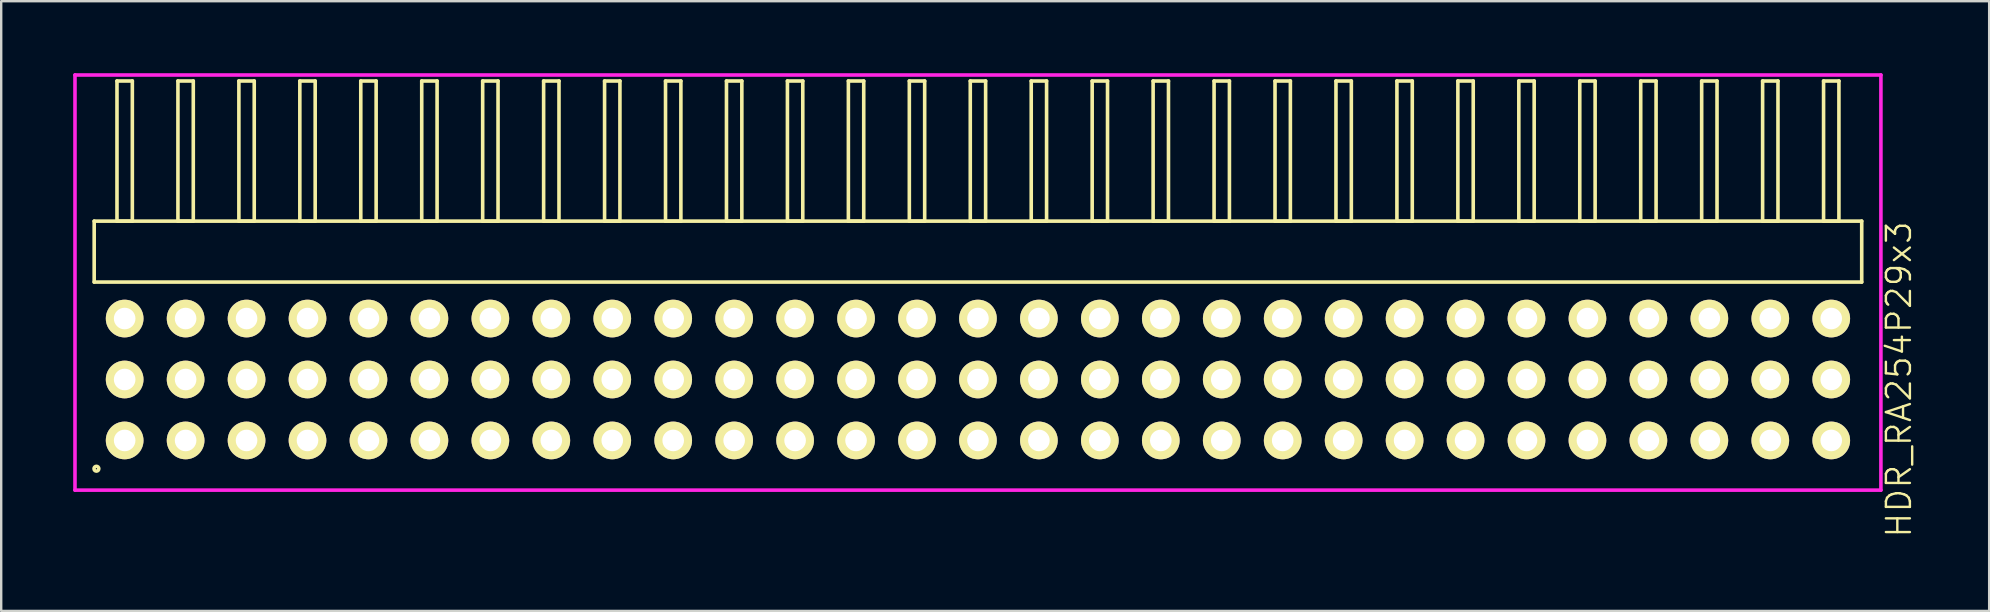
<source format=kicad_pcb>
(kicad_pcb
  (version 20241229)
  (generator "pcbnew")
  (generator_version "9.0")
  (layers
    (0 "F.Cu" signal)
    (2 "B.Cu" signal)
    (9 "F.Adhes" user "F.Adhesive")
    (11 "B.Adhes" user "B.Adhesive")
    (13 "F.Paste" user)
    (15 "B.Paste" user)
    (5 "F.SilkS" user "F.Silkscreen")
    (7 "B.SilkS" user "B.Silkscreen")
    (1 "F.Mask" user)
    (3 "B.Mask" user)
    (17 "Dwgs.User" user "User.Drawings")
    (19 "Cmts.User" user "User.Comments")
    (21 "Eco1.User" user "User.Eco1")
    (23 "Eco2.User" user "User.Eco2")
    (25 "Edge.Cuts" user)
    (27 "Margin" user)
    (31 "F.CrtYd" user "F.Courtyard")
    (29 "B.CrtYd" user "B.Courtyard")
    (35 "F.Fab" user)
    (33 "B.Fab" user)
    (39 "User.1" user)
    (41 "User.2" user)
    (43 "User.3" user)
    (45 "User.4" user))
  (footprint "HDR_RA254P29x3"
    (layer "F.Cu")
    (at 37.705 12.765)
    (property "Reference" "HDR_RA254P29x3" (at 38.38 0 90) (layer "F.SilkS") (effects (font (size 1 1) (thickness 0.1))))
    (attr through_hole)
    (fp_line (start -36.83 -6.6) (end -36.83 -4.06) (stroke (width 0.15) (type solid)) (layer "F.SilkS"))
    (fp_line (start -36.83 -4.06) (end 36.83 -4.06) (stroke (width 0.15) (type solid)) (layer "F.SilkS"))
    (fp_line (start -35.88 -12.44) (end -35.88 -6.6) (stroke (width 0.15) (type solid)) (layer "F.SilkS"))
    (fp_line (start -35.88 -6.6) (end -35.24 -6.6) (stroke (width 0.15) (type solid)) (layer "F.SilkS"))
    (fp_line (start -35.24 -12.44) (end -35.88 -12.44) (stroke (width 0.15) (type solid)) (layer "F.SilkS"))
    (fp_line (start -35.24 -6.6) (end -35.24 -12.44) (stroke (width 0.15) (type solid)) (layer "F.SilkS"))
    (fp_line (start -33.34 -12.44) (end -33.34 -6.6) (stroke (width 0.15) (type solid)) (layer "F.SilkS"))
    (fp_line (start -33.34 -6.6) (end -32.7 -6.6) (stroke (width 0.15) (type solid)) (layer "F.SilkS"))
    (fp_line (start -32.7 -12.44) (end -33.34 -12.44) (stroke (width 0.15) (type solid)) (layer "F.SilkS"))
    (fp_line (start -32.7 -6.6) (end -32.7 -12.44) (stroke (width 0.15) (type solid)) (layer "F.SilkS"))
    (fp_line (start -30.8 -12.44) (end -30.8 -6.6) (stroke (width 0.15) (type solid)) (layer "F.SilkS"))
    (fp_line (start -30.8 -6.6) (end -30.16 -6.6) (stroke (width 0.15) (type solid)) (layer "F.SilkS"))
    (fp_line (start -30.16 -12.44) (end -30.8 -12.44) (stroke (width 0.15) (type solid)) (layer "F.SilkS"))
    (fp_line (start -30.16 -6.6) (end -30.16 -12.44) (stroke (width 0.15) (type solid)) (layer "F.SilkS"))
    (fp_line (start -28.26 -12.44) (end -28.26 -6.6) (stroke (width 0.15) (type solid)) (layer "F.SilkS"))
    (fp_line (start -28.26 -6.6) (end -27.62 -6.6) (stroke (width 0.15) (type solid)) (layer "F.SilkS"))
    (fp_line (start -27.62 -12.44) (end -28.26 -12.44) (stroke (width 0.15) (type solid)) (layer "F.SilkS"))
    (fp_line (start -27.62 -6.6) (end -27.62 -12.44) (stroke (width 0.15) (type solid)) (layer "F.SilkS"))
    (fp_line (start -25.72 -12.44) (end -25.72 -6.6) (stroke (width 0.15) (type solid)) (layer "F.SilkS"))
    (fp_line (start -25.72 -6.6) (end -25.08 -6.6) (stroke (width 0.15) (type solid)) (layer "F.SilkS"))
    (fp_line (start -25.08 -12.44) (end -25.72 -12.44) (stroke (width 0.15) (type solid)) (layer "F.SilkS"))
    (fp_line (start -25.08 -6.6) (end -25.08 -12.44) (stroke (width 0.15) (type solid)) (layer "F.SilkS"))
    (fp_line (start -23.18 -12.44) (end -23.18 -6.6) (stroke (width 0.15) (type solid)) (layer "F.SilkS"))
    (fp_line (start -23.18 -6.6) (end -22.54 -6.6) (stroke (width 0.15) (type solid)) (layer "F.SilkS"))
    (fp_line (start -22.54 -12.44) (end -23.18 -12.44) (stroke (width 0.15) (type solid)) (layer "F.SilkS"))
    (fp_line (start -22.54 -6.6) (end -22.54 -12.44) (stroke (width 0.15) (type solid)) (layer "F.SilkS"))
    (fp_line (start -20.64 -12.44) (end -20.64 -6.6) (stroke (width 0.15) (type solid)) (layer "F.SilkS"))
    (fp_line (start -20.64 -6.6) (end -20 -6.6) (stroke (width 0.15) (type solid)) (layer "F.SilkS"))
    (fp_line (start -20 -12.44) (end -20.64 -12.44) (stroke (width 0.15) (type solid)) (layer "F.SilkS"))
    (fp_line (start -20 -6.6) (end -20 -12.44) (stroke (width 0.15) (type solid)) (layer "F.SilkS"))
    (fp_line (start -18.1 -12.44) (end -18.1 -6.6) (stroke (width 0.15) (type solid)) (layer "F.SilkS"))
    (fp_line (start -18.1 -6.6) (end -17.46 -6.6) (stroke (width 0.15) (type solid)) (layer "F.SilkS"))
    (fp_line (start -17.46 -12.44) (end -18.1 -12.44) (stroke (width 0.15) (type solid)) (layer "F.SilkS"))
    (fp_line (start -17.46 -6.6) (end -17.46 -12.44) (stroke (width 0.15) (type solid)) (layer "F.SilkS"))
    (fp_line (start -15.56 -12.44) (end -15.56 -6.6) (stroke (width 0.15) (type solid)) (layer "F.SilkS"))
    (fp_line (start -15.56 -6.6) (end -14.92 -6.6) (stroke (width 0.15) (type solid)) (layer "F.SilkS"))
    (fp_line (start -14.92 -12.44) (end -15.56 -12.44) (stroke (width 0.15) (type solid)) (layer "F.SilkS"))
    (fp_line (start -14.92 -6.6) (end -14.92 -12.44) (stroke (width 0.15) (type solid)) (layer "F.SilkS"))
    (fp_line (start -13.02 -12.44) (end -13.02 -6.6) (stroke (width 0.15) (type solid)) (layer "F.SilkS"))
    (fp_line (start -13.02 -6.6) (end -12.38 -6.6) (stroke (width 0.15) (type solid)) (layer "F.SilkS"))
    (fp_line (start -12.38 -12.44) (end -13.02 -12.44) (stroke (width 0.15) (type solid)) (layer "F.SilkS"))
    (fp_line (start -12.38 -6.6) (end -12.38 -12.44) (stroke (width 0.15) (type solid)) (layer "F.SilkS"))
    (fp_line (start -10.48 -12.44) (end -10.48 -6.6) (stroke (width 0.15) (type solid)) (layer "F.SilkS"))
    (fp_line (start -10.48 -6.6) (end -9.84 -6.6) (stroke (width 0.15) (type solid)) (layer "F.SilkS"))
    (fp_line (start -9.84 -12.44) (end -10.48 -12.44) (stroke (width 0.15) (type solid)) (layer "F.SilkS"))
    (fp_line (start -9.84 -6.6) (end -9.84 -12.44) (stroke (width 0.15) (type solid)) (layer "F.SilkS"))
    (fp_line (start -7.94 -12.44) (end -7.94 -6.6) (stroke (width 0.15) (type solid)) (layer "F.SilkS"))
    (fp_line (start -7.94 -6.6) (end -7.3 -6.6) (stroke (width 0.15) (type solid)) (layer "F.SilkS"))
    (fp_line (start -7.3 -12.44) (end -7.94 -12.44) (stroke (width 0.15) (type solid)) (layer "F.SilkS"))
    (fp_line (start -7.3 -6.6) (end -7.3 -12.44) (stroke (width 0.15) (type solid)) (layer "F.SilkS"))
    (fp_line (start -5.4 -12.44) (end -5.4 -6.6) (stroke (width 0.15) (type solid)) (layer "F.SilkS"))
    (fp_line (start -5.4 -6.6) (end -4.76 -6.6) (stroke (width 0.15) (type solid)) (layer "F.SilkS"))
    (fp_line (start -4.76 -12.44) (end -5.4 -12.44) (stroke (width 0.15) (type solid)) (layer "F.SilkS"))
    (fp_line (start -4.76 -6.6) (end -4.76 -12.44) (stroke (width 0.15) (type solid)) (layer "F.SilkS"))
    (fp_line (start -2.86 -12.44) (end -2.86 -6.6) (stroke (width 0.15) (type solid)) (layer "F.SilkS"))
    (fp_line (start -2.86 -6.6) (end -2.22 -6.6) (stroke (width 0.15) (type solid)) (layer "F.SilkS"))
    (fp_line (start -2.22 -12.44) (end -2.86 -12.44) (stroke (width 0.15) (type solid)) (layer "F.SilkS"))
    (fp_line (start -2.22 -6.6) (end -2.22 -12.44) (stroke (width 0.15) (type solid)) (layer "F.SilkS"))
    (fp_line (start -0.32 -12.44) (end -0.32 -6.6) (stroke (width 0.15) (type solid)) (layer "F.SilkS"))
    (fp_line (start -0.32 -6.6) (end 0.32 -6.6) (stroke (width 0.15) (type solid)) (layer "F.SilkS"))
    (fp_line (start 0.32 -12.44) (end -0.32 -12.44) (stroke (width 0.15) (type solid)) (layer "F.SilkS"))
    (fp_line (start 0.32 -6.6) (end 0.32 -12.44) (stroke (width 0.15) (type solid)) (layer "F.SilkS"))
    (fp_line (start 2.22 -12.44) (end 2.22 -6.6) (stroke (width 0.15) (type solid)) (layer "F.SilkS"))
    (fp_line (start 2.22 -6.6) (end 2.86 -6.6) (stroke (width 0.15) (type solid)) (layer "F.SilkS"))
    (fp_line (start 2.86 -12.44) (end 2.22 -12.44) (stroke (width 0.15) (type solid)) (layer "F.SilkS"))
    (fp_line (start 2.86 -6.6) (end 2.86 -12.44) (stroke (width 0.15) (type solid)) (layer "F.SilkS"))
    (fp_line (start 4.76 -12.44) (end 4.76 -6.6) (stroke (width 0.15) (type solid)) (layer "F.SilkS"))
    (fp_line (start 4.76 -6.6) (end 5.4 -6.6) (stroke (width 0.15) (type solid)) (layer "F.SilkS"))
    (fp_line (start 5.4 -12.44) (end 4.76 -12.44) (stroke (width 0.15) (type solid)) (layer "F.SilkS"))
    (fp_line (start 5.4 -6.6) (end 5.4 -12.44) (stroke (width 0.15) (type solid)) (layer "F.SilkS"))
    (fp_line (start 7.3 -12.44) (end 7.3 -6.6) (stroke (width 0.15) (type solid)) (layer "F.SilkS"))
    (fp_line (start 7.3 -6.6) (end 7.94 -6.6) (stroke (width 0.15) (type solid)) (layer "F.SilkS"))
    (fp_line (start 7.94 -12.44) (end 7.3 -12.44) (stroke (width 0.15) (type solid)) (layer "F.SilkS"))
    (fp_line (start 7.94 -6.6) (end 7.94 -12.44) (stroke (width 0.15) (type solid)) (layer "F.SilkS"))
    (fp_line (start 9.84 -12.44) (end 9.84 -6.6) (stroke (width 0.15) (type solid)) (layer "F.SilkS"))
    (fp_line (start 9.84 -6.6) (end 10.48 -6.6) (stroke (width 0.15) (type solid)) (layer "F.SilkS"))
    (fp_line (start 10.48 -12.44) (end 9.84 -12.44) (stroke (width 0.15) (type solid)) (layer "F.SilkS"))
    (fp_line (start 10.48 -6.6) (end 10.48 -12.44) (stroke (width 0.15) (type solid)) (layer "F.SilkS"))
    (fp_line (start 12.38 -12.44) (end 12.38 -6.6) (stroke (width 0.15) (type solid)) (layer "F.SilkS"))
    (fp_line (start 12.38 -6.6) (end 13.02 -6.6) (stroke (width 0.15) (type solid)) (layer "F.SilkS"))
    (fp_line (start 13.02 -12.44) (end 12.38 -12.44) (stroke (width 0.15) (type solid)) (layer "F.SilkS"))
    (fp_line (start 13.02 -6.6) (end 13.02 -12.44) (stroke (width 0.15) (type solid)) (layer "F.SilkS"))
    (fp_line (start 14.92 -12.44) (end 14.92 -6.6) (stroke (width 0.15) (type solid)) (layer "F.SilkS"))
    (fp_line (start 14.92 -6.6) (end 15.56 -6.6) (stroke (width 0.15) (type solid)) (layer "F.SilkS"))
    (fp_line (start 15.56 -12.44) (end 14.92 -12.44) (stroke (width 0.15) (type solid)) (layer "F.SilkS"))
    (fp_line (start 15.56 -6.6) (end 15.56 -12.44) (stroke (width 0.15) (type solid)) (layer "F.SilkS"))
    (fp_line (start 17.46 -12.44) (end 17.46 -6.6) (stroke (width 0.15) (type solid)) (layer "F.SilkS"))
    (fp_line (start 17.46 -6.6) (end 18.1 -6.6) (stroke (width 0.15) (type solid)) (layer "F.SilkS"))
    (fp_line (start 18.1 -12.44) (end 17.46 -12.44) (stroke (width 0.15) (type solid)) (layer "F.SilkS"))
    (fp_line (start 18.1 -6.6) (end 18.1 -12.44) (stroke (width 0.15) (type solid)) (layer "F.SilkS"))
    (fp_line (start 20 -12.44) (end 20 -6.6) (stroke (width 0.15) (type solid)) (layer "F.SilkS"))
    (fp_line (start 20 -6.6) (end 20.64 -6.6) (stroke (width 0.15) (type solid)) (layer "F.SilkS"))
    (fp_line (start 20.64 -12.44) (end 20 -12.44) (stroke (width 0.15) (type solid)) (layer "F.SilkS"))
    (fp_line (start 20.64 -6.6) (end 20.64 -12.44) (stroke (width 0.15) (type solid)) (layer "F.SilkS"))
    (fp_line (start 22.54 -12.44) (end 22.54 -6.6) (stroke (width 0.15) (type solid)) (layer "F.SilkS"))
    (fp_line (start 22.54 -6.6) (end 23.18 -6.6) (stroke (width 0.15) (type solid)) (layer "F.SilkS"))
    (fp_line (start 23.18 -12.44) (end 22.54 -12.44) (stroke (width 0.15) (type solid)) (layer "F.SilkS"))
    (fp_line (start 23.18 -6.6) (end 23.18 -12.44) (stroke (width 0.15) (type solid)) (layer "F.SilkS"))
    (fp_line (start 25.08 -12.44) (end 25.08 -6.6) (stroke (width 0.15) (type solid)) (layer "F.SilkS"))
    (fp_line (start 25.08 -6.6) (end 25.72 -6.6) (stroke (width 0.15) (type solid)) (layer "F.SilkS"))
    (fp_line (start 25.72 -12.44) (end 25.08 -12.44) (stroke (width 0.15) (type solid)) (layer "F.SilkS"))
    (fp_line (start 25.72 -6.6) (end 25.72 -12.44) (stroke (width 0.15) (type solid)) (layer "F.SilkS"))
    (fp_line (start 27.62 -12.44) (end 27.62 -6.6) (stroke (width 0.15) (type solid)) (layer "F.SilkS"))
    (fp_line (start 27.62 -6.6) (end 28.26 -6.6) (stroke (width 0.15) (type solid)) (layer "F.SilkS"))
    (fp_line (start 28.26 -12.44) (end 27.62 -12.44) (stroke (width 0.15) (type solid)) (layer "F.SilkS"))
    (fp_line (start 28.26 -6.6) (end 28.26 -12.44) (stroke (width 0.15) (type solid)) (layer "F.SilkS"))
    (fp_line (start 30.16 -12.44) (end 30.16 -6.6) (stroke (width 0.15) (type solid)) (layer "F.SilkS"))
    (fp_line (start 30.16 -6.6) (end 30.8 -6.6) (stroke (width 0.15) (type solid)) (layer "F.SilkS"))
    (fp_line (start 30.8 -12.44) (end 30.16 -12.44) (stroke (width 0.15) (type solid)) (layer "F.SilkS"))
    (fp_line (start 30.8 -6.6) (end 30.8 -12.44) (stroke (width 0.15) (type solid)) (layer "F.SilkS"))
    (fp_line (start 32.7 -12.44) (end 32.7 -6.6) (stroke (width 0.15) (type solid)) (layer "F.SilkS"))
    (fp_line (start 32.7 -6.6) (end 33.34 -6.6) (stroke (width 0.15) (type solid)) (layer "F.SilkS"))
    (fp_line (start 33.34 -12.44) (end 32.7 -12.44) (stroke (width 0.15) (type solid)) (layer "F.SilkS"))
    (fp_line (start 33.34 -6.6) (end 33.34 -12.44) (stroke (width 0.15) (type solid)) (layer "F.SilkS"))
    (fp_line (start 35.24 -12.44) (end 35.24 -6.6) (stroke (width 0.15) (type solid)) (layer "F.SilkS"))
    (fp_line (start 35.24 -6.6) (end 35.88 -6.6) (stroke (width 0.15) (type solid)) (layer "F.SilkS"))
    (fp_line (start 35.88 -12.44) (end 35.24 -12.44) (stroke (width 0.15) (type solid)) (layer "F.SilkS"))
    (fp_line (start 35.88 -6.6) (end 35.88 -12.44) (stroke (width 0.15) (type solid)) (layer "F.SilkS"))
    (fp_line (start 36.83 -6.6) (end -36.83 -6.6) (stroke (width 0.15) (type solid)) (layer "F.SilkS"))
    (fp_line (start 36.83 -4.06) (end 36.83 -6.6) (stroke (width 0.15) (type solid)) (layer "F.SilkS"))
    (fp_circle (center -36.737 3.718) (end -36.637 3.718) (stroke (width 0.15) (type solid)) (fill no) (layer "F.SilkS"))
    (fp_line (start -37.63 -12.69) (end -37.63 4.61) (stroke (width 0.15) (type solid)) (layer "F.CrtYd"))
    (fp_line (start -37.63 4.61) (end 37.63 4.61) (stroke (width 0.15) (type solid)) (layer "F.CrtYd"))
    (fp_line (start 37.63 -12.69) (end -37.63 -12.69) (stroke (width 0.15) (type solid)) (layer "F.CrtYd"))
    (fp_line (start 37.63 4.61) (end 37.63 -12.69) (stroke (width 0.15) (type solid)) (layer "F.CrtYd"))
    (pad "1" thru_hole oval (at -35.56 2.54) (size 1.57 1.57) (drill 0.9) (layers "*.Cu" "*.Mask" "F.SilkS"))
    (pad "2" thru_hole oval (at -35.56 0) (size 1.57 1.57) (drill 0.9) (layers "*.Cu" "*.Mask" "F.SilkS"))
    (pad "3" thru_hole oval (at -35.56 -2.54) (size 1.57 1.57) (drill 0.9) (layers "*.Cu" "*.Mask" "F.SilkS"))
    (pad "4" thru_hole oval (at -33.02 2.54) (size 1.57 1.57) (drill 0.9) (layers "*.Cu" "*.Mask" "F.SilkS"))
    (pad "5" thru_hole oval (at -33.02 0) (size 1.57 1.57) (drill 0.9) (layers "*.Cu" "*.Mask" "F.SilkS"))
    (pad "6" thru_hole oval (at -33.02 -2.54) (size 1.57 1.57) (drill 0.9) (layers "*.Cu" "*.Mask" "F.SilkS"))
    (pad "7" thru_hole oval (at -30.48 2.54) (size 1.57 1.57) (drill 0.9) (layers "*.Cu" "*.Mask" "F.SilkS"))
    (pad "8" thru_hole oval (at -30.48 0) (size 1.57 1.57) (drill 0.9) (layers "*.Cu" "*.Mask" "F.SilkS"))
    (pad "9" thru_hole oval (at -30.48 -2.54) (size 1.57 1.57) (drill 0.9) (layers "*.Cu" "*.Mask" "F.SilkS"))
    (pad "10" thru_hole oval (at -27.94 2.54) (size 1.57 1.57) (drill 0.9) (layers "*.Cu" "*.Mask" "F.SilkS"))
    (pad "11" thru_hole oval (at -27.94 0) (size 1.57 1.57) (drill 0.9) (layers "*.Cu" "*.Mask" "F.SilkS"))
    (pad "12" thru_hole oval (at -27.94 -2.54) (size 1.57 1.57) (drill 0.9) (layers "*.Cu" "*.Mask" "F.SilkS"))
    (pad "13" thru_hole oval (at -25.4 2.54) (size 1.57 1.57) (drill 0.9) (layers "*.Cu" "*.Mask" "F.SilkS"))
    (pad "14" thru_hole oval (at -25.4 0) (size 1.57 1.57) (drill 0.9) (layers "*.Cu" "*.Mask" "F.SilkS"))
    (pad "15" thru_hole oval (at -25.4 -2.54) (size 1.57 1.57) (drill 0.9) (layers "*.Cu" "*.Mask" "F.SilkS"))
    (pad "16" thru_hole oval (at -22.86 2.54) (size 1.57 1.57) (drill 0.9) (layers "*.Cu" "*.Mask" "F.SilkS"))
    (pad "17" thru_hole oval (at -22.86 0) (size 1.57 1.57) (drill 0.9) (layers "*.Cu" "*.Mask" "F.SilkS"))
    (pad "18" thru_hole oval (at -22.86 -2.54) (size 1.57 1.57) (drill 0.9) (layers "*.Cu" "*.Mask" "F.SilkS"))
    (pad "19" thru_hole oval (at -20.32 2.54) (size 1.57 1.57) (drill 0.9) (layers "*.Cu" "*.Mask" "F.SilkS"))
    (pad "20" thru_hole oval (at -20.32 0) (size 1.57 1.57) (drill 0.9) (layers "*.Cu" "*.Mask" "F.SilkS"))
    (pad "21" thru_hole oval (at -20.32 -2.54) (size 1.57 1.57) (drill 0.9) (layers "*.Cu" "*.Mask" "F.SilkS"))
    (pad "22" thru_hole oval (at -17.78 2.54) (size 1.57 1.57) (drill 0.9) (layers "*.Cu" "*.Mask" "F.SilkS"))
    (pad "23" thru_hole oval (at -17.78 0) (size 1.57 1.57) (drill 0.9) (layers "*.Cu" "*.Mask" "F.SilkS"))
    (pad "24" thru_hole oval (at -17.78 -2.54) (size 1.57 1.57) (drill 0.9) (layers "*.Cu" "*.Mask" "F.SilkS"))
    (pad "25" thru_hole oval (at -15.24 2.54) (size 1.57 1.57) (drill 0.9) (layers "*.Cu" "*.Mask" "F.SilkS"))
    (pad "26" thru_hole oval (at -15.24 0) (size 1.57 1.57) (drill 0.9) (layers "*.Cu" "*.Mask" "F.SilkS"))
    (pad "27" thru_hole oval (at -15.24 -2.54) (size 1.57 1.57) (drill 0.9) (layers "*.Cu" "*.Mask" "F.SilkS"))
    (pad "28" thru_hole oval (at -12.7 2.54) (size 1.57 1.57) (drill 0.9) (layers "*.Cu" "*.Mask" "F.SilkS"))
    (pad "29" thru_hole oval (at -12.7 0) (size 1.57 1.57) (drill 0.9) (layers "*.Cu" "*.Mask" "F.SilkS"))
    (pad "30" thru_hole oval (at -12.7 -2.54) (size 1.57 1.57) (drill 0.9) (layers "*.Cu" "*.Mask" "F.SilkS"))
    (pad "31" thru_hole oval (at -10.16 2.54) (size 1.57 1.57) (drill 0.9) (layers "*.Cu" "*.Mask" "F.SilkS"))
    (pad "32" thru_hole oval (at -10.16 0) (size 1.57 1.57) (drill 0.9) (layers "*.Cu" "*.Mask" "F.SilkS"))
    (pad "33" thru_hole oval (at -10.16 -2.54) (size 1.57 1.57) (drill 0.9) (layers "*.Cu" "*.Mask" "F.SilkS"))
    (pad "34" thru_hole oval (at -7.62 2.54) (size 1.57 1.57) (drill 0.9) (layers "*.Cu" "*.Mask" "F.SilkS"))
    (pad "35" thru_hole oval (at -7.62 0) (size 1.57 1.57) (drill 0.9) (layers "*.Cu" "*.Mask" "F.SilkS"))
    (pad "36" thru_hole oval (at -7.62 -2.54) (size 1.57 1.57) (drill 0.9) (layers "*.Cu" "*.Mask" "F.SilkS"))
    (pad "37" thru_hole oval (at -5.08 2.54) (size 1.57 1.57) (drill 0.9) (layers "*.Cu" "*.Mask" "F.SilkS"))
    (pad "38" thru_hole oval (at -5.08 0) (size 1.57 1.57) (drill 0.9) (layers "*.Cu" "*.Mask" "F.SilkS"))
    (pad "39" thru_hole oval (at -5.08 -2.54) (size 1.57 1.57) (drill 0.9) (layers "*.Cu" "*.Mask" "F.SilkS"))
    (pad "40" thru_hole oval (at -2.54 2.54) (size 1.57 1.57) (drill 0.9) (layers "*.Cu" "*.Mask" "F.SilkS"))
    (pad "41" thru_hole oval (at -2.54 0) (size 1.57 1.57) (drill 0.9) (layers "*.Cu" "*.Mask" "F.SilkS"))
    (pad "42" thru_hole oval (at -2.54 -2.54) (size 1.57 1.57) (drill 0.9) (layers "*.Cu" "*.Mask" "F.SilkS"))
    (pad "43" thru_hole oval (at 0 2.54) (size 1.57 1.57) (drill 0.9) (layers "*.Cu" "*.Mask" "F.SilkS"))
    (pad "44" thru_hole oval (at 0 0) (size 1.57 1.57) (drill 0.9) (layers "*.Cu" "*.Mask" "F.SilkS"))
    (pad "45" thru_hole oval (at 0 -2.54) (size 1.57 1.57) (drill 0.9) (layers "*.Cu" "*.Mask" "F.SilkS"))
    (pad "46" thru_hole oval (at 2.54 2.54) (size 1.57 1.57) (drill 0.9) (layers "*.Cu" "*.Mask" "F.SilkS"))
    (pad "47" thru_hole oval (at 2.54 0) (size 1.57 1.57) (drill 0.9) (layers "*.Cu" "*.Mask" "F.SilkS"))
    (pad "48" thru_hole oval (at 2.54 -2.54) (size 1.57 1.57) (drill 0.9) (layers "*.Cu" "*.Mask" "F.SilkS"))
    (pad "49" thru_hole oval (at 5.08 2.54) (size 1.57 1.57) (drill 0.9) (layers "*.Cu" "*.Mask" "F.SilkS"))
    (pad "50" thru_hole oval (at 5.08 0) (size 1.57 1.57) (drill 0.9) (layers "*.Cu" "*.Mask" "F.SilkS"))
    (pad "51" thru_hole oval (at 5.08 -2.54) (size 1.57 1.57) (drill 0.9) (layers "*.Cu" "*.Mask" "F.SilkS"))
    (pad "52" thru_hole oval (at 7.62 2.54) (size 1.57 1.57) (drill 0.9) (layers "*.Cu" "*.Mask" "F.SilkS"))
    (pad "53" thru_hole oval (at 7.62 0) (size 1.57 1.57) (drill 0.9) (layers "*.Cu" "*.Mask" "F.SilkS"))
    (pad "54" thru_hole oval (at 7.62 -2.54) (size 1.57 1.57) (drill 0.9) (layers "*.Cu" "*.Mask" "F.SilkS"))
    (pad "55" thru_hole oval (at 10.16 2.54) (size 1.57 1.57) (drill 0.9) (layers "*.Cu" "*.Mask" "F.SilkS"))
    (pad "56" thru_hole oval (at 10.16 0) (size 1.57 1.57) (drill 0.9) (layers "*.Cu" "*.Mask" "F.SilkS"))
    (pad "57" thru_hole oval (at 10.16 -2.54) (size 1.57 1.57) (drill 0.9) (layers "*.Cu" "*.Mask" "F.SilkS"))
    (pad "58" thru_hole oval (at 12.7 2.54) (size 1.57 1.57) (drill 0.9) (layers "*.Cu" "*.Mask" "F.SilkS"))
    (pad "59" thru_hole oval (at 12.7 0) (size 1.57 1.57) (drill 0.9) (layers "*.Cu" "*.Mask" "F.SilkS"))
    (pad "60" thru_hole oval (at 12.7 -2.54) (size 1.57 1.57) (drill 0.9) (layers "*.Cu" "*.Mask" "F.SilkS"))
    (pad "61" thru_hole oval (at 15.24 2.54) (size 1.57 1.57) (drill 0.9) (layers "*.Cu" "*.Mask" "F.SilkS"))
    (pad "62" thru_hole oval (at 15.24 0) (size 1.57 1.57) (drill 0.9) (layers "*.Cu" "*.Mask" "F.SilkS"))
    (pad "63" thru_hole oval (at 15.24 -2.54) (size 1.57 1.57) (drill 0.9) (layers "*.Cu" "*.Mask" "F.SilkS"))
    (pad "64" thru_hole oval (at 17.78 2.54) (size 1.57 1.57) (drill 0.9) (layers "*.Cu" "*.Mask" "F.SilkS"))
    (pad "65" thru_hole oval (at 17.78 0) (size 1.57 1.57) (drill 0.9) (layers "*.Cu" "*.Mask" "F.SilkS"))
    (pad "66" thru_hole oval (at 17.78 -2.54) (size 1.57 1.57) (drill 0.9) (layers "*.Cu" "*.Mask" "F.SilkS"))
    (pad "67" thru_hole oval (at 20.32 2.54) (size 1.57 1.57) (drill 0.9) (layers "*.Cu" "*.Mask" "F.SilkS"))
    (pad "68" thru_hole oval (at 20.32 0) (size 1.57 1.57) (drill 0.9) (layers "*.Cu" "*.Mask" "F.SilkS"))
    (pad "69" thru_hole oval (at 20.32 -2.54) (size 1.57 1.57) (drill 0.9) (layers "*.Cu" "*.Mask" "F.SilkS"))
    (pad "70" thru_hole oval (at 22.86 2.54) (size 1.57 1.57) (drill 0.9) (layers "*.Cu" "*.Mask" "F.SilkS"))
    (pad "71" thru_hole oval (at 22.86 0) (size 1.57 1.57) (drill 0.9) (layers "*.Cu" "*.Mask" "F.SilkS"))
    (pad "72" thru_hole oval (at 22.86 -2.54) (size 1.57 1.57) (drill 0.9) (layers "*.Cu" "*.Mask" "F.SilkS"))
    (pad "73" thru_hole oval (at 25.4 2.54) (size 1.57 1.57) (drill 0.9) (layers "*.Cu" "*.Mask" "F.SilkS"))
    (pad "74" thru_hole oval (at 25.4 0) (size 1.57 1.57) (drill 0.9) (layers "*.Cu" "*.Mask" "F.SilkS"))
    (pad "75" thru_hole oval (at 25.4 -2.54) (size 1.57 1.57) (drill 0.9) (layers "*.Cu" "*.Mask" "F.SilkS"))
    (pad "76" thru_hole oval (at 27.94 2.54) (size 1.57 1.57) (drill 0.9) (layers "*.Cu" "*.Mask" "F.SilkS"))
    (pad "77" thru_hole oval (at 27.94 0) (size 1.57 1.57) (drill 0.9) (layers "*.Cu" "*.Mask" "F.SilkS"))
    (pad "78" thru_hole oval (at 27.94 -2.54) (size 1.57 1.57) (drill 0.9) (layers "*.Cu" "*.Mask" "F.SilkS"))
    (pad "79" thru_hole oval (at 30.48 2.54) (size 1.57 1.57) (drill 0.9) (layers "*.Cu" "*.Mask" "F.SilkS"))
    (pad "80" thru_hole oval (at 30.48 0) (size 1.57 1.57) (drill 0.9) (layers "*.Cu" "*.Mask" "F.SilkS"))
    (pad "81" thru_hole oval (at 30.48 -2.54) (size 1.57 1.57) (drill 0.9) (layers "*.Cu" "*.Mask" "F.SilkS"))
    (pad "82" thru_hole oval (at 33.02 2.54) (size 1.57 1.57) (drill 0.9) (layers "*.Cu" "*.Mask" "F.SilkS"))
    (pad "83" thru_hole oval (at 33.02 0) (size 1.57 1.57) (drill 0.9) (layers "*.Cu" "*.Mask" "F.SilkS"))
    (pad "84" thru_hole oval (at 33.02 -2.54) (size 1.57 1.57) (drill 0.9) (layers "*.Cu" "*.Mask" "F.SilkS"))
    (pad "85" thru_hole oval (at 35.56 2.54) (size 1.57 1.57) (drill 0.9) (layers "*.Cu" "*.Mask" "F.SilkS"))
    (pad "86" thru_hole oval (at 35.56 0) (size 1.57 1.57) (drill 0.9) (layers "*.Cu" "*.Mask" "F.SilkS"))
    (pad "87" thru_hole oval (at 35.56 -2.54) (size 1.57 1.57) (drill 0.9) (layers "*.Cu" "*.Mask" "F.SilkS")))
  (gr_rect
    (start -3 -3)
    (end 79.846 22.41)
    (stroke (width 0.1) (type default))
    (fill no)
    (layer "Edge.Cuts")))
</source>
